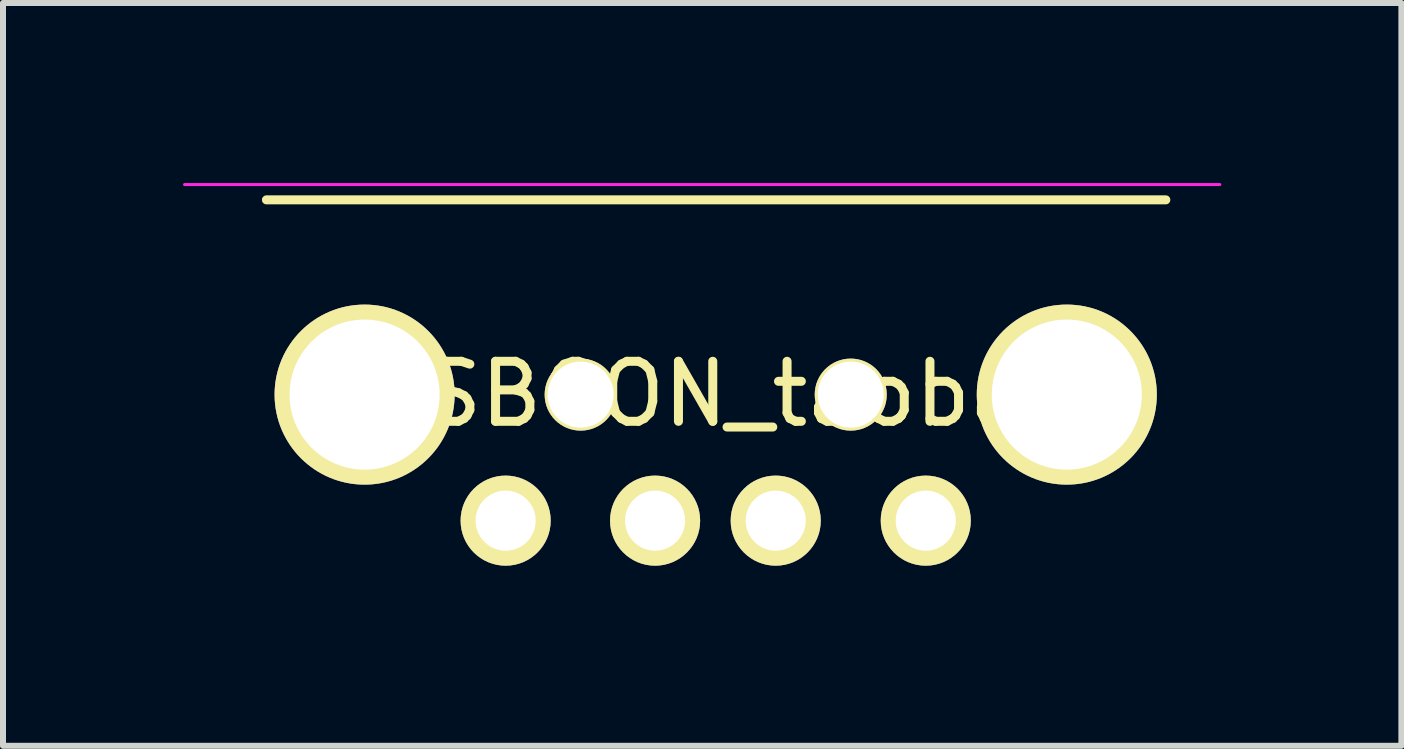
<source format=kicad_pcb>
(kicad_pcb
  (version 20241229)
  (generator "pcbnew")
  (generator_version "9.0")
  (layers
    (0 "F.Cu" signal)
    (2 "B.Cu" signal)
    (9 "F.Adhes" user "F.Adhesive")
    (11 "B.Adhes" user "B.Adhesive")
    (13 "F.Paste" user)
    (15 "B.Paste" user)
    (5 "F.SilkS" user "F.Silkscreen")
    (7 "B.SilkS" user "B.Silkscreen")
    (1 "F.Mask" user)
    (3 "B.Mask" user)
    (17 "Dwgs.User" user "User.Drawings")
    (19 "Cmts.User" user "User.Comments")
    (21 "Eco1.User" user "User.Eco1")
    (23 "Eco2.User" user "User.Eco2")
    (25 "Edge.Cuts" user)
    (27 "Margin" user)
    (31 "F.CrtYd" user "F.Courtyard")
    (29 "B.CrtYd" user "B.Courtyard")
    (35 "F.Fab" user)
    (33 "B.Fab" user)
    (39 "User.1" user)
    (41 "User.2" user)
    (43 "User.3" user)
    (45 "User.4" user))
  (footprint "USBCON_taobao"
    (layer "F.Cu")
    (at 5.325 1.425)
    (property "Reference" "USBCON_taobao" (at 3.62 2.09 0) (layer "F.SilkS") (effects (font (size 1 1) (thickness 0.15))))
    (attr through_hole)
    (fp_line (start 11.05 -1.145) (end -3.936 -1.145) (stroke (width 0.15) (type solid)) (layer "F.SilkS"))
    (fp_line (start -5.3 -1.4) (end 11.95 -1.4) (stroke (width 0.05) (type solid)) (layer "F.CrtYd"))
    (pad "1" thru_hole circle (at 0.05 4.2 270) (size 1.501 1.501) (drill 1.001) (layers "*.Cu" "*.Mask" "F.SilkS"))
    (pad "2" thru_hole circle (at 2.54 4.2 270) (size 1.501 1.501) (drill 1.001) (layers "*.Cu" "*.Mask" "F.SilkS"))
    (pad "3" thru_hole circle (at 4.55 4.2 270) (size 1.501 1.501) (drill 1.001) (layers "*.Cu" "*.Mask" "F.SilkS"))
    (pad "4" thru_hole circle (at 7.05 4.2 270) (size 1.501 1.501) (drill 1.001) (layers "*.Cu" "*.Mask" "F.SilkS"))
    (pad "5" thru_hole circle (at -2.3 2.1 270) (size 3 3) (drill 2.5) (layers "*.Cu" "*.Mask" "F.SilkS"))
    (pad "5" thru_hole circle (at 9.4 2.1 270) (size 3 3) (drill 2.5) (layers "*.Cu" "*.Mask" "F.SilkS"))
    (pad "6" thru_hole circle (at 5.8 2.1 270) (size 1.2 1.2) (drill 1.1) (layers "*.Cu" "*.Mask" "F.SilkS"))
    (pad "7" thru_hole circle (at 1.3 2.1 270) (size 1.2 1.2) (drill 1.1) (layers "*.Cu" "*.Mask" "F.SilkS")))
  (gr_rect
    (start -3 -3)
    (end 20.3 9.376)
    (stroke (width 0.1) (type default))
    (fill no)
    (layer "Edge.Cuts")))
</source>
